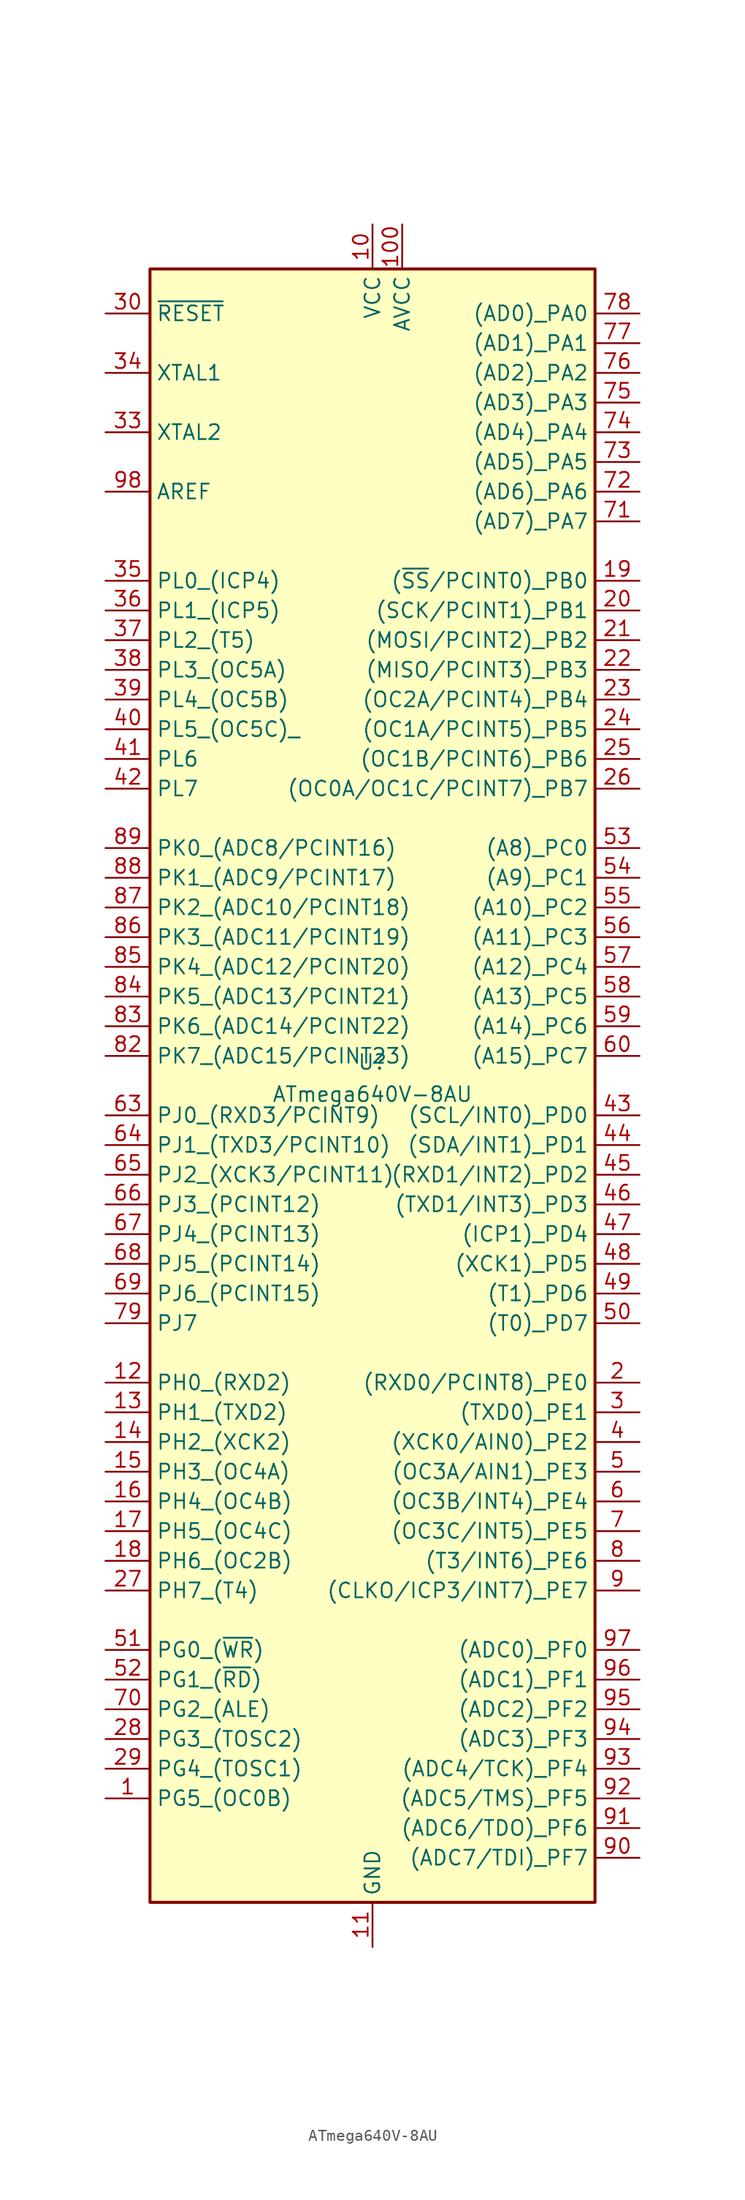
<source format=kicad_sym>
(kicad_symbol_lib
  (version 20200126)
  (host kicad_symbol_editor "5.99.0-unknown-40250c4~101~ubuntu20.04.1")
  (symbol "JBC_Atmel:ATmega640V-8AU"
    (pin_names
      (offset 0.508))
    (property "Reference" "U"
      (at 0 1.27 0)
      (effects (font (size 1.27 1.27)) (justify bottom)))
    (property "Value" "ATmega640V-8AU"
      (at 0 0 0)
      (effects (font (size 1.27 1.27)) (justify top)))
    (symbol "ATmega640V-8AU_0_1"
      (rectangle (start -19.05 69.85) (end 19.05 -69.85) (stroke (width 0.254)) (fill (type background))))
    (symbol "ATmega640V-8AU_1_1"
      (pin bidirectional line (at -22.86 -60.96 0) (length 3.81) (name "PG5_(OC0B)" (effects (font (size 1.27 1.27)))) (number "1" (effects (font (size 1.27 1.27)))))
      (pin power_in line (at 0 73.66 270) (length 3.81) (name "VCC" (effects (font (size 1.27 1.27)))) (number "10" (effects (font (size 1.27 1.27)))))
      (pin power_in line (at 2.54 73.66 270) (length 3.81) (name "AVCC" (effects (font (size 1.27 1.27)))) (number "100" (effects (font (size 1.27 1.27)))))
      (pin power_in line (at 0 -73.66 90) (length 3.81) (name "GND" (effects (font (size 1.27 1.27)))) (number "11" (effects (font (size 1.27 1.27)))))
      (pin bidirectional line (at -22.86 -25.4 0) (length 3.81) (name "PH0_(RXD2)" (effects (font (size 1.27 1.27)))) (number "12" (effects (font (size 1.27 1.27)))))
      (pin bidirectional line (at -22.86 -27.94 0) (length 3.81) (name "PH1_(TXD2)" (effects (font (size 1.27 1.27)))) (number "13" (effects (font (size 1.27 1.27)))))
      (pin bidirectional line (at -22.86 -30.48 0) (length 3.81) (name "PH2_(XCK2)" (effects (font (size 1.27 1.27)))) (number "14" (effects (font (size 1.27 1.27)))))
      (pin bidirectional line (at -22.86 -33.02 0) (length 3.81) (name "PH3_(OC4A)" (effects (font (size 1.27 1.27)))) (number "15" (effects (font (size 1.27 1.27)))))
      (pin bidirectional line (at -22.86 -35.56 0) (length 3.81) (name "PH4_(OC4B)" (effects (font (size 1.27 1.27)))) (number "16" (effects (font (size 1.27 1.27)))))
      (pin bidirectional line (at -22.86 -38.1 0) (length 3.81) (name "PH5_(OC4C)" (effects (font (size 1.27 1.27)))) (number "17" (effects (font (size 1.27 1.27)))))
      (pin bidirectional line (at -22.86 -40.64 0) (length 3.81) (name "PH6_(OC2B)" (effects (font (size 1.27 1.27)))) (number "18" (effects (font (size 1.27 1.27)))))
      (pin bidirectional line (at 22.86 43.18 180) (length 3.81) (name "(~SS~/PCINT0)_PB0" (effects (font (size 1.27 1.27)))) (number "19" (effects (font (size 1.27 1.27)))))
      (pin bidirectional line (at 22.86 -25.4 180) (length 3.81) (name "(RXD0/PCINT8)_PE0" (effects (font (size 1.27 1.27)))) (number "2" (effects (font (size 1.27 1.27)))))
      (pin bidirectional line (at 22.86 40.64 180) (length 3.81) (name "(SCK/PCINT1)_PB1" (effects (font (size 1.27 1.27)))) (number "20" (effects (font (size 1.27 1.27)))))
      (pin bidirectional line (at 22.86 38.1 180) (length 3.81) (name "(MOSI/PCINT2)_PB2" (effects (font (size 1.27 1.27)))) (number "21" (effects (font (size 1.27 1.27)))))
      (pin bidirectional line (at 22.86 35.56 180) (length 3.81) (name "(MISO/PCINT3)_PB3" (effects (font (size 1.27 1.27)))) (number "22" (effects (font (size 1.27 1.27)))))
      (pin bidirectional line (at 22.86 33.02 180) (length 3.81) (name "(OC2A/PCINT4)_PB4" (effects (font (size 1.27 1.27)))) (number "23" (effects (font (size 1.27 1.27)))))
      (pin bidirectional line (at 22.86 30.48 180) (length 3.81) (name "(OC1A/PCINT5)_PB5" (effects (font (size 1.27 1.27)))) (number "24" (effects (font (size 1.27 1.27)))))
      (pin bidirectional line (at 22.86 27.94 180) (length 3.81) (name "(OC1B/PCINT6)_PB6" (effects (font (size 1.27 1.27)))) (number "25" (effects (font (size 1.27 1.27)))))
      (pin bidirectional line (at 22.86 25.4 180) (length 3.81) (name "(OC0A/OC1C/PCINT7)_PB7" (effects (font (size 1.27 1.27)))) (number "26" (effects (font (size 1.27 1.27)))))
      (pin bidirectional line (at -22.86 -43.18 0) (length 3.81) (name "PH7_(T4)" (effects (font (size 1.27 1.27)))) (number "27" (effects (font (size 1.27 1.27)))))
      (pin bidirectional line (at -22.86 -55.88 0) (length 3.81) (name "PG3_(TOSC2)" (effects (font (size 1.27 1.27)))) (number "28" (effects (font (size 1.27 1.27)))))
      (pin bidirectional line (at -22.86 -58.42 0) (length 3.81) (name "PG4_(TOSC1)" (effects (font (size 1.27 1.27)))) (number "29" (effects (font (size 1.27 1.27)))))
      (pin bidirectional line (at 22.86 -27.94 180) (length 3.81) (name "(TXD0)_PE1" (effects (font (size 1.27 1.27)))) (number "3" (effects (font (size 1.27 1.27)))))
      (pin input line (at -22.86 66.04 0) (length 3.81) (name "~RESET" (effects (font (size 1.27 1.27)))) (number "30" (effects (font (size 1.27 1.27)))))
      (pin passive line (at 0 73.66 270) (length 3.81) hide (name "VCC" (effects (font (size 1.27 1.27)))) (number "31" (effects (font (size 1.27 1.27)))))
      (pin passive line (at 0 -73.66 90) (length 3.81) hide (name "GND" (effects (font (size 1.27 1.27)))) (number "32" (effects (font (size 1.27 1.27)))))
      (pin output line (at -22.86 55.88 0) (length 3.81) (name "XTAL2" (effects (font (size 1.27 1.27)))) (number "33" (effects (font (size 1.27 1.27)))))
      (pin input line (at -22.86 60.96 0) (length 3.81) (name "XTAL1" (effects (font (size 1.27 1.27)))) (number "34" (effects (font (size 1.27 1.27)))))
      (pin bidirectional line (at -22.86 43.18 0) (length 3.81) (name "PL0_(ICP4)" (effects (font (size 1.27 1.27)))) (number "35" (effects (font (size 1.27 1.27)))))
      (pin bidirectional line (at -22.86 40.64 0) (length 3.81) (name "PL1_(ICP5)" (effects (font (size 1.27 1.27)))) (number "36" (effects (font (size 1.27 1.27)))))
      (pin bidirectional line (at -22.86 38.1 0) (length 3.81) (name "PL2_(T5)" (effects (font (size 1.27 1.27)))) (number "37" (effects (font (size 1.27 1.27)))))
      (pin bidirectional line (at -22.86 35.56 0) (length 3.81) (name "PL3_(OC5A)" (effects (font (size 1.27 1.27)))) (number "38" (effects (font (size 1.27 1.27)))))
      (pin bidirectional line (at -22.86 33.02 0) (length 3.81) (name "PL4_(OC5B)" (effects (font (size 1.27 1.27)))) (number "39" (effects (font (size 1.27 1.27)))))
      (pin bidirectional line (at 22.86 -30.48 180) (length 3.81) (name "(XCK0/AIN0)_PE2" (effects (font (size 1.27 1.27)))) (number "4" (effects (font (size 1.27 1.27)))))
      (pin bidirectional line (at -22.86 30.48 0) (length 3.81) (name "PL5_(OC5C)_" (effects (font (size 1.27 1.27)))) (number "40" (effects (font (size 1.27 1.27)))))
      (pin bidirectional line (at -22.86 27.94 0) (length 3.81) (name "PL6" (effects (font (size 1.27 1.27)))) (number "41" (effects (font (size 1.27 1.27)))))
      (pin bidirectional line (at -22.86 25.4 0) (length 3.81) (name "PL7" (effects (font (size 1.27 1.27)))) (number "42" (effects (font (size 1.27 1.27)))))
      (pin bidirectional line (at 22.86 -2.54 180) (length 3.81) (name "(SCL/INT0)_PD0" (effects (font (size 1.27 1.27)))) (number "43" (effects (font (size 1.27 1.27)))))
      (pin bidirectional line (at 22.86 -5.08 180) (length 3.81) (name "(SDA/INT1)_PD1" (effects (font (size 1.27 1.27)))) (number "44" (effects (font (size 1.27 1.27)))))
      (pin bidirectional line (at 22.86 -7.62 180) (length 3.81) (name "(RXD1/INT2)_PD2" (effects (font (size 1.27 1.27)))) (number "45" (effects (font (size 1.27 1.27)))))
      (pin bidirectional line (at 22.86 -10.16 180) (length 3.81) (name "(TXD1/INT3)_PD3" (effects (font (size 1.27 1.27)))) (number "46" (effects (font (size 1.27 1.27)))))
      (pin bidirectional line (at 22.86 -12.7 180) (length 3.81) (name "(ICP1)_PD4" (effects (font (size 1.27 1.27)))) (number "47" (effects (font (size 1.27 1.27)))))
      (pin bidirectional line (at 22.86 -15.24 180) (length 3.81) (name "(XCK1)_PD5" (effects (font (size 1.27 1.27)))) (number "48" (effects (font (size 1.27 1.27)))))
      (pin bidirectional line (at 22.86 -17.78 180) (length 3.81) (name "(T1)_PD6" (effects (font (size 1.27 1.27)))) (number "49" (effects (font (size 1.27 1.27)))))
      (pin bidirectional line (at 22.86 -33.02 180) (length 3.81) (name "(OC3A/AIN1)_PE3" (effects (font (size 1.27 1.27)))) (number "5" (effects (font (size 1.27 1.27)))))
      (pin bidirectional line (at 22.86 -20.32 180) (length 3.81) (name "(T0)_PD7" (effects (font (size 1.27 1.27)))) (number "50" (effects (font (size 1.27 1.27)))))
      (pin bidirectional line (at -22.86 -48.26 0) (length 3.81) (name "PG0_(~WR~)" (effects (font (size 1.27 1.27)))) (number "51" (effects (font (size 1.27 1.27)))))
      (pin bidirectional line (at -22.86 -50.8 0) (length 3.81) (name "PG1_(~RD~)" (effects (font (size 1.27 1.27)))) (number "52" (effects (font (size 1.27 1.27)))))
      (pin bidirectional line (at 22.86 20.32 180) (length 3.81) (name "(A8)_PC0" (effects (font (size 1.27 1.27)))) (number "53" (effects (font (size 1.27 1.27)))))
      (pin bidirectional line (at 22.86 17.78 180) (length 3.81) (name "(A9)_PC1" (effects (font (size 1.27 1.27)))) (number "54" (effects (font (size 1.27 1.27)))))
      (pin bidirectional line (at 22.86 15.24 180) (length 3.81) (name "(A10)_PC2" (effects (font (size 1.27 1.27)))) (number "55" (effects (font (size 1.27 1.27)))))
      (pin bidirectional line (at 22.86 12.7 180) (length 3.81) (name "(A11)_PC3" (effects (font (size 1.27 1.27)))) (number "56" (effects (font (size 1.27 1.27)))))
      (pin bidirectional line (at 22.86 10.16 180) (length 3.81) (name "(A12)_PC4" (effects (font (size 1.27 1.27)))) (number "57" (effects (font (size 1.27 1.27)))))
      (pin bidirectional line (at 22.86 7.62 180) (length 3.81) (name "(A13)_PC5" (effects (font (size 1.27 1.27)))) (number "58" (effects (font (size 1.27 1.27)))))
      (pin bidirectional line (at 22.86 5.08 180) (length 3.81) (name "(A14)_PC6" (effects (font (size 1.27 1.27)))) (number "59" (effects (font (size 1.27 1.27)))))
      (pin bidirectional line (at 22.86 -35.56 180) (length 3.81) (name "(OC3B/INT4)_PE4" (effects (font (size 1.27 1.27)))) (number "6" (effects (font (size 1.27 1.27)))))
      (pin bidirectional line (at 22.86 2.54 180) (length 3.81) (name "(A15)_PC7" (effects (font (size 1.27 1.27)))) (number "60" (effects (font (size 1.27 1.27)))))
      (pin passive line (at 0 73.66 270) (length 3.81) hide (name "VCC" (effects (font (size 1.27 1.27)))) (number "61" (effects (font (size 1.27 1.27)))))
      (pin passive line (at 0 -73.66 90) (length 3.81) hide (name "GND" (effects (font (size 1.27 1.27)))) (number "62" (effects (font (size 1.27 1.27)))))
      (pin bidirectional line (at -22.86 -2.54 0) (length 3.81) (name "PJ0_(RXD3/PCINT9)" (effects (font (size 1.27 1.27)))) (number "63" (effects (font (size 1.27 1.27)))))
      (pin bidirectional line (at -22.86 -5.08 0) (length 3.81) (name "PJ1_(TXD3/PCINT10)" (effects (font (size 1.27 1.27)))) (number "64" (effects (font (size 1.27 1.27)))))
      (pin bidirectional line (at -22.86 -7.62 0) (length 3.81) (name "PJ2_(XCK3/PCINT11)" (effects (font (size 1.27 1.27)))) (number "65" (effects (font (size 1.27 1.27)))))
      (pin bidirectional line (at -22.86 -10.16 0) (length 3.81) (name "PJ3_(PCINT12)" (effects (font (size 1.27 1.27)))) (number "66" (effects (font (size 1.27 1.27)))))
      (pin bidirectional line (at -22.86 -12.7 0) (length 3.81) (name "PJ4_(PCINT13)" (effects (font (size 1.27 1.27)))) (number "67" (effects (font (size 1.27 1.27)))))
      (pin bidirectional line (at -22.86 -15.24 0) (length 3.81) (name "PJ5_(PCINT14)" (effects (font (size 1.27 1.27)))) (number "68" (effects (font (size 1.27 1.27)))))
      (pin bidirectional line (at -22.86 -17.78 0) (length 3.81) (name "PJ6_(PCINT15)" (effects (font (size 1.27 1.27)))) (number "69" (effects (font (size 1.27 1.27)))))
      (pin bidirectional line (at 22.86 -38.1 180) (length 3.81) (name "(OC3C/INT5)_PE5" (effects (font (size 1.27 1.27)))) (number "7" (effects (font (size 1.27 1.27)))))
      (pin bidirectional line (at -22.86 -53.34 0) (length 3.81) (name "PG2_(ALE)" (effects (font (size 1.27 1.27)))) (number "70" (effects (font (size 1.27 1.27)))))
      (pin bidirectional line (at 22.86 48.26 180) (length 3.81) (name "(AD7)_PA7" (effects (font (size 1.27 1.27)))) (number "71" (effects (font (size 1.27 1.27)))))
      (pin bidirectional line (at 22.86 50.8 180) (length 3.81) (name "(AD6)_PA6" (effects (font (size 1.27 1.27)))) (number "72" (effects (font (size 1.27 1.27)))))
      (pin bidirectional line (at 22.86 53.34 180) (length 3.81) (name "(AD5)_PA5" (effects (font (size 1.27 1.27)))) (number "73" (effects (font (size 1.27 1.27)))))
      (pin bidirectional line (at 22.86 55.88 180) (length 3.81) (name "(AD4)_PA4" (effects (font (size 1.27 1.27)))) (number "74" (effects (font (size 1.27 1.27)))))
      (pin bidirectional line (at 22.86 58.42 180) (length 3.81) (name "(AD3)_PA3" (effects (font (size 1.27 1.27)))) (number "75" (effects (font (size 1.27 1.27)))))
      (pin bidirectional line (at 22.86 60.96 180) (length 3.81) (name "(AD2)_PA2" (effects (font (size 1.27 1.27)))) (number "76" (effects (font (size 1.27 1.27)))))
      (pin bidirectional line (at 22.86 63.5 180) (length 3.81) (name "(AD1)_PA1" (effects (font (size 1.27 1.27)))) (number "77" (effects (font (size 1.27 1.27)))))
      (pin bidirectional line (at 22.86 66.04 180) (length 3.81) (name "(AD0)_PA0" (effects (font (size 1.27 1.27)))) (number "78" (effects (font (size 1.27 1.27)))))
      (pin bidirectional line (at -22.86 -20.32 0) (length 3.81) (name "PJ7" (effects (font (size 1.27 1.27)))) (number "79" (effects (font (size 1.27 1.27)))))
      (pin bidirectional line (at 22.86 -40.64 180) (length 3.81) (name "(T3/INT6)_PE6" (effects (font (size 1.27 1.27)))) (number "8" (effects (font (size 1.27 1.27)))))
      (pin passive line (at 0 73.66 270) (length 3.81) hide (name "VCC" (effects (font (size 1.27 1.27)))) (number "80" (effects (font (size 1.27 1.27)))))
      (pin passive line (at 0 -73.66 90) (length 3.81) hide (name "GND" (effects (font (size 1.27 1.27)))) (number "81" (effects (font (size 1.27 1.27)))))
      (pin bidirectional line (at -22.86 2.54 0) (length 3.81) (name "PK7_(ADC15/PCINT23)" (effects (font (size 1.27 1.27)))) (number "82" (effects (font (size 1.27 1.27)))))
      (pin bidirectional line (at -22.86 5.08 0) (length 3.81) (name "PK6_(ADC14/PCINT22)" (effects (font (size 1.27 1.27)))) (number "83" (effects (font (size 1.27 1.27)))))
      (pin bidirectional line (at -22.86 7.62 0) (length 3.81) (name "PK5_(ADC13/PCINT21)" (effects (font (size 1.27 1.27)))) (number "84" (effects (font (size 1.27 1.27)))))
      (pin bidirectional line (at -22.86 10.16 0) (length 3.81) (name "PK4_(ADC12/PCINT20)" (effects (font (size 1.27 1.27)))) (number "85" (effects (font (size 1.27 1.27)))))
      (pin bidirectional line (at -22.86 12.7 0) (length 3.81) (name "PK3_(ADC11/PCINT19)" (effects (font (size 1.27 1.27)))) (number "86" (effects (font (size 1.27 1.27)))))
      (pin bidirectional line (at -22.86 15.24 0) (length 3.81) (name "PK2_(ADC10/PCINT18)" (effects (font (size 1.27 1.27)))) (number "87" (effects (font (size 1.27 1.27)))))
      (pin bidirectional line (at -22.86 17.78 0) (length 3.81) (name "PK1_(ADC9/PCINT17)" (effects (font (size 1.27 1.27)))) (number "88" (effects (font (size 1.27 1.27)))))
      (pin bidirectional line (at -22.86 20.32 0) (length 3.81) (name "PK0_(ADC8/PCINT16)" (effects (font (size 1.27 1.27)))) (number "89" (effects (font (size 1.27 1.27)))))
      (pin bidirectional line (at 22.86 -43.18 180) (length 3.81) (name "(CLKO/ICP3/INT7)_PE7" (effects (font (size 1.27 1.27)))) (number "9" (effects (font (size 1.27 1.27)))))
      (pin bidirectional line (at 22.86 -66.04 180) (length 3.81) (name "(ADC7/TDI)_PF7" (effects (font (size 1.27 1.27)))) (number "90" (effects (font (size 1.27 1.27)))))
      (pin bidirectional line (at 22.86 -63.5 180) (length 3.81) (name "(ADC6/TDO)_PF6" (effects (font (size 1.27 1.27)))) (number "91" (effects (font (size 1.27 1.27)))))
      (pin bidirectional line (at 22.86 -60.96 180) (length 3.81) (name "(ADC5/TMS)_PF5" (effects (font (size 1.27 1.27)))) (number "92" (effects (font (size 1.27 1.27)))))
      (pin bidirectional line (at 22.86 -58.42 180) (length 3.81) (name "(ADC4/TCK)_PF4" (effects (font (size 1.27 1.27)))) (number "93" (effects (font (size 1.27 1.27)))))
      (pin bidirectional line (at 22.86 -55.88 180) (length 3.81) (name "(ADC3)_PF3" (effects (font (size 1.27 1.27)))) (number "94" (effects (font (size 1.27 1.27)))))
      (pin bidirectional line (at 22.86 -53.34 180) (length 3.81) (name "(ADC2)_PF2" (effects (font (size 1.27 1.27)))) (number "95" (effects (font (size 1.27 1.27)))))
      (pin bidirectional line (at 22.86 -50.8 180) (length 3.81) (name "(ADC1)_PF1" (effects (font (size 1.27 1.27)))) (number "96" (effects (font (size 1.27 1.27)))))
      (pin bidirectional line (at 22.86 -48.26 180) (length 3.81) (name "(ADC0)_PF0" (effects (font (size 1.27 1.27)))) (number "97" (effects (font (size 1.27 1.27)))))
      (pin passive line (at -22.86 50.8 0) (length 3.81) (name "AREF" (effects (font (size 1.27 1.27)))) (number "98" (effects (font (size 1.27 1.27)))))
      (pin passive line (at 0 -73.66 90) (length 3.81) hide (name "GND" (effects (font (size 1.27 1.27)))) (number "99" (effects (font (size 1.27 1.27))))))))
</source>
